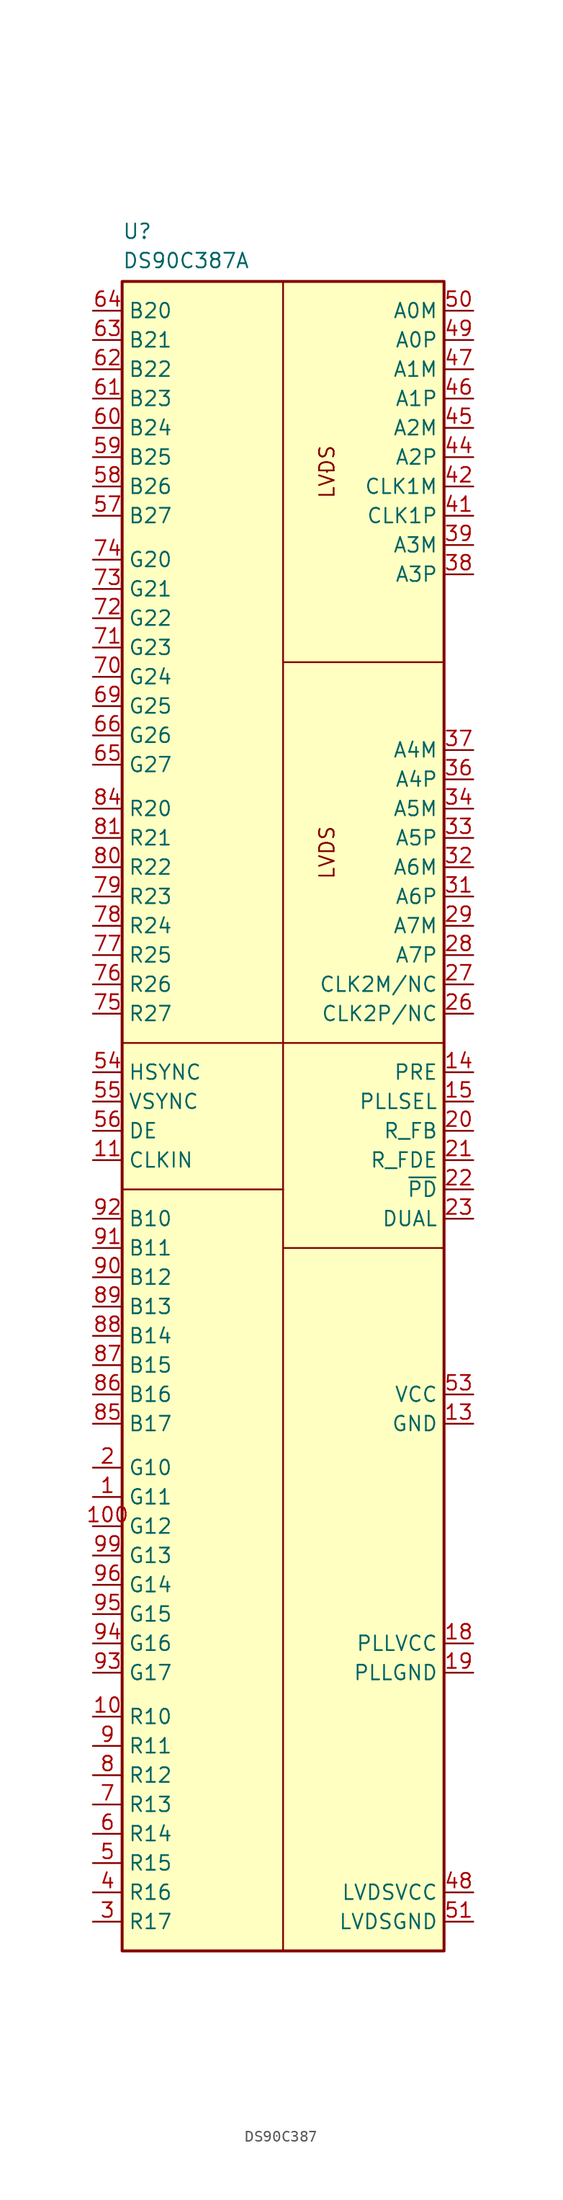
<source format=kicad_sym>
(kicad_symbol_lib
  (version 20231120)
  (generator "kicad_symbol_editor")
  (generator_version "8.0")
  (symbol "DS90C387"
    (property "Reference" "U"
      (at -13.97 5.08 0)
      (effects (font (size 1.27 1.27)) (justify left top)))
    (property "Value" "DS90C387A"
      (at -13.97 2.54 0)
      (effects (font (size 1.27 1.27)) (justify left top)))
    (symbol "DS90C387_0_0"
      (polyline (pts (xy -13.97 -78.74) (xy 0 -78.74)) (stroke (width 0) (type solid)) (fill (type none)))
      (polyline (pts (xy 0 -144.78) (xy 0 -66.04)) (stroke (width 0) (type solid)) (fill (type none)))
      (polyline (pts (xy 0 -83.82) (xy 13.97 -83.82)) (stroke (width 0) (type solid)) (fill (type none)))
      (polyline (pts (xy 0 -66.04) (xy 13.97 -66.04)) (stroke (width 0) (type solid)) (fill (type none)))
      (polyline (pts (xy 0 -33.02) (xy 13.97 -33.02)) (stroke (width 0) (type solid)) (fill (type none)))
      (polyline (pts (xy -13.97 -66.04) (xy 0 -66.04) (xy 0 0)) (stroke (width 0) (type solid)) (fill (type none))))
    (symbol "DS90C387_1_0"
      (polyline (pts (xy 3.81 -16.51) (xy 3.81 -16.51)) (stroke (width 0) (type default)) (fill (type none)))
      (polyline (pts (xy 3.81 -16.51) (xy 3.81 -16.51)) (stroke (width 0) (type default)) (fill (type none)))
      (text "LVDS" (at 3.81 -49.53 900) (effects (font (size 1.27 1.27))))
      (text "LVDS" (at 3.81 -16.51 900) (effects (font (size 1.27 1.27)))))
    (symbol "DS90C387_1_1"
      (rectangle (start -13.97 0) (end 13.97 -144.78) (stroke (width 0.254) (type default)) (fill (type background)))
      (pin input line (at -16.51 -105.41 0) (length 2.54) (name "G11" (effects (font (size 1.27 1.27)))) (number "1" (effects (font (size 1.27 1.27)))))
      (pin input line (at -16.51 -124.46 0) (length 2.54) (name "R10" (effects (font (size 1.27 1.27)))) (number "10" (effects (font (size 1.27 1.27)))))
      (pin input line (at -16.51 -107.95 0) (length 2.54) (name "G12" (effects (font (size 1.27 1.27)))) (number "100" (effects (font (size 1.27 1.27)))))
      (pin input line (at -16.51 -76.2 0) (length 2.54) (name "CLKIN" (effects (font (size 1.27 1.27)))) (number "11" (effects (font (size 1.27 1.27)))))
      (pin power_in line (at 16.51 -118.11 180) (length 2.54) hide (name "PLLVCC" (effects (font (size 1.27 1.27)))) (number "12" (effects (font (size 1.27 1.27)))))
      (pin power_in line (at 16.51 -99.06 180) (length 2.54) (name "GND" (effects (font (size 1.27 1.27)))) (number "13" (effects (font (size 1.27 1.27)))))
      (pin input line (at 16.51 -68.58 180) (length 2.54) (name "PRE" (effects (font (size 1.27 1.27)))) (number "14" (effects (font (size 1.27 1.27)))))
      (pin input line (at 16.51 -71.12 180) (length 2.54) (name "PLLSEL" (effects (font (size 1.27 1.27)))) (number "15" (effects (font (size 1.27 1.27)))))
      (pin power_in line (at 16.51 -120.65 180) (length 2.54) hide (name "PLLGND" (effects (font (size 1.27 1.27)))) (number "16" (effects (font (size 1.27 1.27)))))
      (pin power_in line (at 16.51 -120.65 180) (length 2.54) hide (name "PLLGND" (effects (font (size 1.27 1.27)))) (number "17" (effects (font (size 1.27 1.27)))))
      (pin power_in line (at 16.51 -118.11 180) (length 2.54) (name "PLLVCC" (effects (font (size 1.27 1.27)))) (number "18" (effects (font (size 1.27 1.27)))))
      (pin power_in line (at 16.51 -120.65 180) (length 2.54) (name "PLLGND" (effects (font (size 1.27 1.27)))) (number "19" (effects (font (size 1.27 1.27)))))
      (pin input line (at -16.51 -102.87 0) (length 2.54) (name "G10" (effects (font (size 1.27 1.27)))) (number "2" (effects (font (size 1.27 1.27)))))
      (pin input line (at 16.51 -73.66 180) (length 2.54) (name "R_FB" (effects (font (size 1.27 1.27)))) (number "20" (effects (font (size 1.27 1.27)))))
      (pin input line (at 16.51 -76.2 180) (length 2.54) (name "R_FDE" (effects (font (size 1.27 1.27)))) (number "21" (effects (font (size 1.27 1.27)))))
      (pin input line (at 16.51 -78.74 180) (length 2.54) (name "~{PD}" (effects (font (size 1.27 1.27)))) (number "22" (effects (font (size 1.27 1.27)))))
      (pin input line (at 16.51 -81.28 180) (length 2.54) (name "DUAL" (effects (font (size 1.27 1.27)))) (number "23" (effects (font (size 1.27 1.27)))))
      (pin power_in line (at 16.51 -99.06 180) (length 2.54) hide (name "GND" (effects (font (size 1.27 1.27)))) (number "24" (effects (font (size 1.27 1.27)))))
      (pin power_in line (at 16.51 -142.24 180) (length 2.54) hide (name "LVDSGND" (effects (font (size 1.27 1.27)))) (number "25" (effects (font (size 1.27 1.27)))))
      (pin output line (at 16.51 -63.5 180) (length 2.54) (name "CLK2P/NC" (effects (font (size 1.27 1.27)))) (number "26" (effects (font (size 1.27 1.27)))))
      (pin output line (at 16.51 -60.96 180) (length 2.54) (name "CLK2M/NC" (effects (font (size 1.27 1.27)))) (number "27" (effects (font (size 1.27 1.27)))))
      (pin output line (at 16.51 -58.42 180) (length 2.54) (name "A7P" (effects (font (size 1.27 1.27)))) (number "28" (effects (font (size 1.27 1.27)))))
      (pin output line (at 16.51 -55.88 180) (length 2.54) (name "A7M" (effects (font (size 1.27 1.27)))) (number "29" (effects (font (size 1.27 1.27)))))
      (pin input line (at -16.51 -142.24 0) (length 2.54) (name "R17" (effects (font (size 1.27 1.27)))) (number "3" (effects (font (size 1.27 1.27)))))
      (pin power_in line (at 16.51 -139.7 180) (length 2.54) hide (name "LVDSVCC" (effects (font (size 1.27 1.27)))) (number "30" (effects (font (size 1.27 1.27)))))
      (pin output line (at 16.51 -53.34 180) (length 2.54) (name "A6P" (effects (font (size 1.27 1.27)))) (number "31" (effects (font (size 1.27 1.27)))))
      (pin output line (at 16.51 -50.8 180) (length 2.54) (name "A6M" (effects (font (size 1.27 1.27)))) (number "32" (effects (font (size 1.27 1.27)))))
      (pin output line (at 16.51 -48.26 180) (length 2.54) (name "A5P" (effects (font (size 1.27 1.27)))) (number "33" (effects (font (size 1.27 1.27)))))
      (pin output line (at 16.51 -45.72 180) (length 2.54) (name "A5M" (effects (font (size 1.27 1.27)))) (number "34" (effects (font (size 1.27 1.27)))))
      (pin power_in line (at 16.51 -142.24 180) (length 2.54) hide (name "LVDSGND" (effects (font (size 1.27 1.27)))) (number "35" (effects (font (size 1.27 1.27)))))
      (pin output line (at 16.51 -43.18 180) (length 2.54) (name "A4P" (effects (font (size 1.27 1.27)))) (number "36" (effects (font (size 1.27 1.27)))))
      (pin output line (at 16.51 -40.64 180) (length 2.54) (name "A4M" (effects (font (size 1.27 1.27)))) (number "37" (effects (font (size 1.27 1.27)))))
      (pin output line (at 16.51 -25.4 180) (length 2.54) (name "A3P" (effects (font (size 1.27 1.27)))) (number "38" (effects (font (size 1.27 1.27)))))
      (pin output line (at 16.51 -22.86 180) (length 2.54) (name "A3M" (effects (font (size 1.27 1.27)))) (number "39" (effects (font (size 1.27 1.27)))))
      (pin input line (at -16.51 -139.7 0) (length 2.54) (name "R16" (effects (font (size 1.27 1.27)))) (number "4" (effects (font (size 1.27 1.27)))))
      (pin power_in line (at 16.51 -139.7 180) (length 2.54) hide (name "LVDSVCC" (effects (font (size 1.27 1.27)))) (number "40" (effects (font (size 1.27 1.27)))))
      (pin output line (at 16.51 -20.32 180) (length 2.54) (name "CLK1P" (effects (font (size 1.27 1.27)))) (number "41" (effects (font (size 1.27 1.27)))))
      (pin output line (at 16.51 -17.78 180) (length 2.54) (name "CLK1M" (effects (font (size 1.27 1.27)))) (number "42" (effects (font (size 1.27 1.27)))))
      (pin power_in line (at 16.51 -142.24 180) (length 2.54) hide (name "LVDSGND" (effects (font (size 1.27 1.27)))) (number "43" (effects (font (size 1.27 1.27)))))
      (pin output line (at 16.51 -15.24 180) (length 2.54) (name "A2P" (effects (font (size 1.27 1.27)))) (number "44" (effects (font (size 1.27 1.27)))))
      (pin output line (at 16.51 -12.7 180) (length 2.54) (name "A2M" (effects (font (size 1.27 1.27)))) (number "45" (effects (font (size 1.27 1.27)))))
      (pin output line (at 16.51 -10.16 180) (length 2.54) (name "A1P" (effects (font (size 1.27 1.27)))) (number "46" (effects (font (size 1.27 1.27)))))
      (pin output line (at 16.51 -7.62 180) (length 2.54) (name "A1M" (effects (font (size 1.27 1.27)))) (number "47" (effects (font (size 1.27 1.27)))))
      (pin power_in line (at 16.51 -139.7 180) (length 2.54) (name "LVDSVCC" (effects (font (size 1.27 1.27)))) (number "48" (effects (font (size 1.27 1.27)))))
      (pin output line (at 16.51 -5.08 180) (length 2.54) (name "A0P" (effects (font (size 1.27 1.27)))) (number "49" (effects (font (size 1.27 1.27)))))
      (pin input line (at -16.51 -137.16 0) (length 2.54) (name "R15" (effects (font (size 1.27 1.27)))) (number "5" (effects (font (size 1.27 1.27)))))
      (pin output line (at 16.51 -2.54 180) (length 2.54) (name "A0M" (effects (font (size 1.27 1.27)))) (number "50" (effects (font (size 1.27 1.27)))))
      (pin power_in line (at 16.51 -142.24 180) (length 2.54) (name "LVDSGND" (effects (font (size 1.27 1.27)))) (number "51" (effects (font (size 1.27 1.27)))))
      (pin power_in line (at 16.51 -99.06 180) (length 2.54) hide (name "GND" (effects (font (size 1.27 1.27)))) (number "52" (effects (font (size 1.27 1.27)))))
      (pin power_in line (at 16.51 -96.52 180) (length 2.54) (name "VCC" (effects (font (size 1.27 1.27)))) (number "53" (effects (font (size 1.27 1.27)))))
      (pin input line (at -16.51 -68.58 0) (length 2.54) (name "HSYNC" (effects (font (size 1.27 1.27)))) (number "54" (effects (font (size 1.27 1.27)))))
      (pin input line (at -16.51 -71.12 0) (length 2.54) (name "VSYNC" (effects (font (size 1.27 1.27)))) (number "55" (effects (font (size 1.27 1.27)))))
      (pin input line (at -16.51 -73.66 0) (length 2.54) (name "DE" (effects (font (size 1.27 1.27)))) (number "56" (effects (font (size 1.27 1.27)))))
      (pin input line (at -16.51 -20.32 0) (length 2.54) (name "B27" (effects (font (size 1.27 1.27)))) (number "57" (effects (font (size 1.27 1.27)))))
      (pin input line (at -16.51 -17.78 0) (length 2.54) (name "B26" (effects (font (size 1.27 1.27)))) (number "58" (effects (font (size 1.27 1.27)))))
      (pin input line (at -16.51 -15.24 0) (length 2.54) (name "B25" (effects (font (size 1.27 1.27)))) (number "59" (effects (font (size 1.27 1.27)))))
      (pin input line (at -16.51 -134.62 0) (length 2.54) (name "R14" (effects (font (size 1.27 1.27)))) (number "6" (effects (font (size 1.27 1.27)))))
      (pin input line (at -16.51 -12.7 0) (length 2.54) (name "B24" (effects (font (size 1.27 1.27)))) (number "60" (effects (font (size 1.27 1.27)))))
      (pin input line (at -16.51 -10.16 0) (length 2.54) (name "B23" (effects (font (size 1.27 1.27)))) (number "61" (effects (font (size 1.27 1.27)))))
      (pin input line (at -16.51 -7.62 0) (length 2.54) (name "B22" (effects (font (size 1.27 1.27)))) (number "62" (effects (font (size 1.27 1.27)))))
      (pin input line (at -16.51 -5.08 0) (length 2.54) (name "B21" (effects (font (size 1.27 1.27)))) (number "63" (effects (font (size 1.27 1.27)))))
      (pin input line (at -16.51 -2.54 0) (length 2.54) (name "B20" (effects (font (size 1.27 1.27)))) (number "64" (effects (font (size 1.27 1.27)))))
      (pin input line (at -16.51 -41.91 0) (length 2.54) (name "G27" (effects (font (size 1.27 1.27)))) (number "65" (effects (font (size 1.27 1.27)))))
      (pin input line (at -16.51 -39.37 0) (length 2.54) (name "G26" (effects (font (size 1.27 1.27)))) (number "66" (effects (font (size 1.27 1.27)))))
      (pin power_in line (at 16.51 -96.52 180) (length 2.54) hide (name "VCC" (effects (font (size 1.27 1.27)))) (number "67" (effects (font (size 1.27 1.27)))))
      (pin power_in line (at 16.51 -99.06 180) (length 2.54) hide (name "GND" (effects (font (size 1.27 1.27)))) (number "68" (effects (font (size 1.27 1.27)))))
      (pin input line (at -16.51 -36.83 0) (length 2.54) (name "G25" (effects (font (size 1.27 1.27)))) (number "69" (effects (font (size 1.27 1.27)))))
      (pin input line (at -16.51 -132.08 0) (length 2.54) (name "R13" (effects (font (size 1.27 1.27)))) (number "7" (effects (font (size 1.27 1.27)))))
      (pin input line (at -16.51 -34.29 0) (length 2.54) (name "G24" (effects (font (size 1.27 1.27)))) (number "70" (effects (font (size 1.27 1.27)))))
      (pin input line (at -16.51 -31.75 0) (length 2.54) (name "G23" (effects (font (size 1.27 1.27)))) (number "71" (effects (font (size 1.27 1.27)))))
      (pin input line (at -16.51 -29.21 0) (length 2.54) (name "G22" (effects (font (size 1.27 1.27)))) (number "72" (effects (font (size 1.27 1.27)))))
      (pin input line (at -16.51 -26.67 0) (length 2.54) (name "G21" (effects (font (size 1.27 1.27)))) (number "73" (effects (font (size 1.27 1.27)))))
      (pin input line (at -16.51 -24.13 0) (length 2.54) (name "G20" (effects (font (size 1.27 1.27)))) (number "74" (effects (font (size 1.27 1.27)))))
      (pin input line (at -16.51 -63.5 0) (length 2.54) (name "R27" (effects (font (size 1.27 1.27)))) (number "75" (effects (font (size 1.27 1.27)))))
      (pin input line (at -16.51 -60.96 0) (length 2.54) (name "R26" (effects (font (size 1.27 1.27)))) (number "76" (effects (font (size 1.27 1.27)))))
      (pin input line (at -16.51 -58.42 0) (length 2.54) (name "R25" (effects (font (size 1.27 1.27)))) (number "77" (effects (font (size 1.27 1.27)))))
      (pin input line (at -16.51 -55.88 0) (length 2.54) (name "R24" (effects (font (size 1.27 1.27)))) (number "78" (effects (font (size 1.27 1.27)))))
      (pin input line (at -16.51 -53.34 0) (length 2.54) (name "R23" (effects (font (size 1.27 1.27)))) (number "79" (effects (font (size 1.27 1.27)))))
      (pin input line (at -16.51 -129.54 0) (length 2.54) (name "R12" (effects (font (size 1.27 1.27)))) (number "8" (effects (font (size 1.27 1.27)))))
      (pin input line (at -16.51 -50.8 0) (length 2.54) (name "R22" (effects (font (size 1.27 1.27)))) (number "80" (effects (font (size 1.27 1.27)))))
      (pin input line (at -16.51 -48.26 0) (length 2.54) (name "R21" (effects (font (size 1.27 1.27)))) (number "81" (effects (font (size 1.27 1.27)))))
      (pin power_in line (at 16.51 -96.52 180) (length 2.54) hide (name "VCC" (effects (font (size 1.27 1.27)))) (number "82" (effects (font (size 1.27 1.27)))))
      (pin power_in line (at 16.51 -99.06 180) (length 2.54) hide (name "GND" (effects (font (size 1.27 1.27)))) (number "83" (effects (font (size 1.27 1.27)))))
      (pin input line (at -16.51 -45.72 0) (length 2.54) (name "R20" (effects (font (size 1.27 1.27)))) (number "84" (effects (font (size 1.27 1.27)))))
      (pin input line (at -16.51 -99.06 0) (length 2.54) (name "B17" (effects (font (size 1.27 1.27)))) (number "85" (effects (font (size 1.27 1.27)))))
      (pin input line (at -16.51 -96.52 0) (length 2.54) (name "B16" (effects (font (size 1.27 1.27)))) (number "86" (effects (font (size 1.27 1.27)))))
      (pin input line (at -16.51 -93.98 0) (length 2.54) (name "B15" (effects (font (size 1.27 1.27)))) (number "87" (effects (font (size 1.27 1.27)))))
      (pin input line (at -16.51 -91.44 0) (length 2.54) (name "B14" (effects (font (size 1.27 1.27)))) (number "88" (effects (font (size 1.27 1.27)))))
      (pin input line (at -16.51 -88.9 0) (length 2.54) (name "B13" (effects (font (size 1.27 1.27)))) (number "89" (effects (font (size 1.27 1.27)))))
      (pin input line (at -16.51 -127 0) (length 2.54) (name "R11" (effects (font (size 1.27 1.27)))) (number "9" (effects (font (size 1.27 1.27)))))
      (pin input line (at -16.51 -86.36 0) (length 2.54) (name "B12" (effects (font (size 1.27 1.27)))) (number "90" (effects (font (size 1.27 1.27)))))
      (pin input line (at -16.51 -83.82 0) (length 2.54) (name "B11" (effects (font (size 1.27 1.27)))) (number "91" (effects (font (size 1.27 1.27)))))
      (pin input line (at -16.51 -81.28 0) (length 2.54) (name "B10" (effects (font (size 1.27 1.27)))) (number "92" (effects (font (size 1.27 1.27)))))
      (pin input line (at -16.51 -120.65 0) (length 2.54) (name "G17" (effects (font (size 1.27 1.27)))) (number "93" (effects (font (size 1.27 1.27)))))
      (pin input line (at -16.51 -118.11 0) (length 2.54) (name "G16" (effects (font (size 1.27 1.27)))) (number "94" (effects (font (size 1.27 1.27)))))
      (pin input line (at -16.51 -115.57 0) (length 2.54) (name "G15" (effects (font (size 1.27 1.27)))) (number "95" (effects (font (size 1.27 1.27)))))
      (pin input line (at -16.51 -113.03 0) (length 2.54) (name "G14" (effects (font (size 1.27 1.27)))) (number "96" (effects (font (size 1.27 1.27)))))
      (pin power_in line (at 16.51 -96.52 180) (length 2.54) hide (name "VCC" (effects (font (size 1.27 1.27)))) (number "97" (effects (font (size 1.27 1.27)))))
      (pin power_in line (at 16.51 -99.06 180) (length 2.54) hide (name "GND" (effects (font (size 1.27 1.27)))) (number "98" (effects (font (size 1.27 1.27)))))
      (pin input line (at -16.51 -110.49 0) (length 2.54) (name "G13" (effects (font (size 1.27 1.27)))) (number "99" (effects (font (size 1.27 1.27))))))))
</source>
